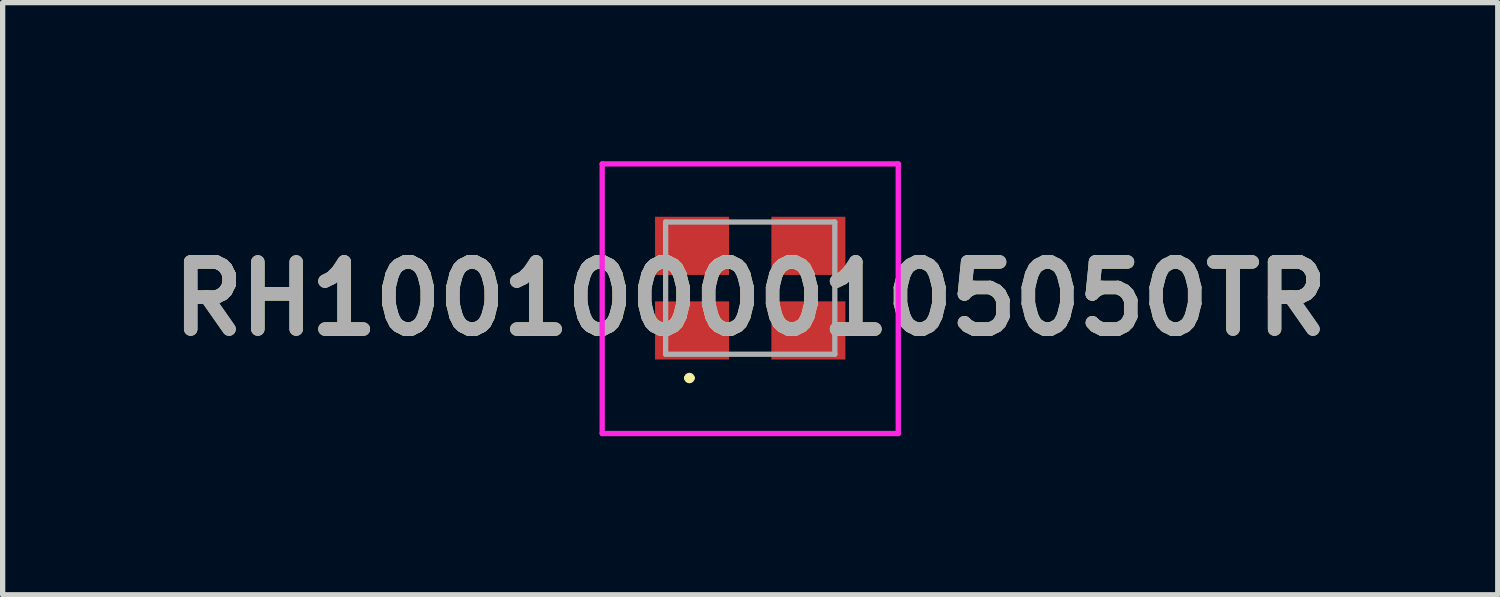
<source format=kicad_pcb>
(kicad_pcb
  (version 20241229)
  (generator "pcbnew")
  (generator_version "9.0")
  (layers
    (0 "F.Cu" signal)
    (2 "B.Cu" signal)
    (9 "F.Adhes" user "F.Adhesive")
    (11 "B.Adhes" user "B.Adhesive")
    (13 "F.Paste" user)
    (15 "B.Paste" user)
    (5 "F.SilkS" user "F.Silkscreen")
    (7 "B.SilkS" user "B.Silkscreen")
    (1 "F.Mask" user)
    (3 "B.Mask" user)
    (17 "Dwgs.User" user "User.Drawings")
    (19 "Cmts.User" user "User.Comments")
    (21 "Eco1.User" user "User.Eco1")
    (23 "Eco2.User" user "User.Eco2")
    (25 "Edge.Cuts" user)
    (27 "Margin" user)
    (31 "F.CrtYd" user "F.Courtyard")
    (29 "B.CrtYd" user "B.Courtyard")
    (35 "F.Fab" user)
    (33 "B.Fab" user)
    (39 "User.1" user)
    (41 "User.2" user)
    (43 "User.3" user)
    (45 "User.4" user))
  (footprint "RH10010000105050TR"
    (layer "F.Cu")
    (at 11.14 2.4)
    (property "Reference" "RH10010000105050TR" (at 0 0.2 0) (layer "F.SilkS") (effects (font (size 1.27 1.27) (thickness 0.254))))
    (attr smd)
    (fp_line (start -1.2 1.7) (end -1.2 1.7) (stroke (width 0.1) (type solid)) (layer "F.SilkS"))
    (fp_line (start -1.1 1.7) (end -1.1 1.7) (stroke (width 0.1) (type solid)) (layer "F.SilkS"))
    (fp_arc (start -1.2 1.7) (mid -1.15 1.65) (end -1.1 1.7) (stroke (width 0.1) (type solid)) (layer "F.SilkS"))
    (fp_arc (start -1.1 1.7) (mid -1.15 1.75) (end -1.2 1.7) (stroke (width 0.1) (type solid)) (layer "F.SilkS"))
    (fp_line (start -2.8 -2.35) (end 2.8 -2.35) (stroke (width 0.1) (type solid)) (layer "F.CrtYd"))
    (fp_line (start -2.8 2.75) (end -2.8 -2.35) (stroke (width 0.1) (type solid)) (layer "F.CrtYd"))
    (fp_line (start 2.8 -2.35) (end 2.8 2.75) (stroke (width 0.1) (type solid)) (layer "F.CrtYd"))
    (fp_line (start 2.8 2.75) (end -2.8 2.75) (stroke (width 0.1) (type solid)) (layer "F.CrtYd"))
    (fp_line (start -1.6 -1.25) (end -1.6 1.25) (stroke (width 0.1) (type solid)) (layer "F.Fab"))
    (fp_line (start -1.6 1.25) (end 1.6 1.25) (stroke (width 0.1) (type solid)) (layer "F.Fab"))
    (fp_line (start 1.6 -1.25) (end -1.6 -1.25) (stroke (width 0.1) (type solid)) (layer "F.Fab"))
    (fp_line (start 1.6 1.25) (end 1.6 -1.25) (stroke (width 0.1) (type solid)) (layer "F.Fab"))
    (fp_text user "${REFERENCE}" (at 0 0.2 0) (layer "F.Fab") (effects (font (size 1.27 1.27) (thickness 0.254))))
    (pad "1" smd rect (at -1.1 0.8 90) (size 1.1 1.4) (layers "F.Cu" "F.Mask" "F.Paste"))
    (pad "2" smd rect (at 1.1 0.8 90) (size 1.1 1.4) (layers "F.Cu" "F.Mask" "F.Paste"))
    (pad "3" smd rect (at 1.1 -0.8 90) (size 1.1 1.4) (layers "F.Cu" "F.Mask" "F.Paste"))
    (pad "4" smd rect (at -1.1 -0.8 90) (size 1.1 1.4) (layers "F.Cu" "F.Mask" "F.Paste")))
  (gr_rect
    (start -3 -3)
    (end 25.279 8.2)
    (stroke (width 0.1) (type default))
    (fill no)
    (layer "Edge.Cuts")))
</source>
